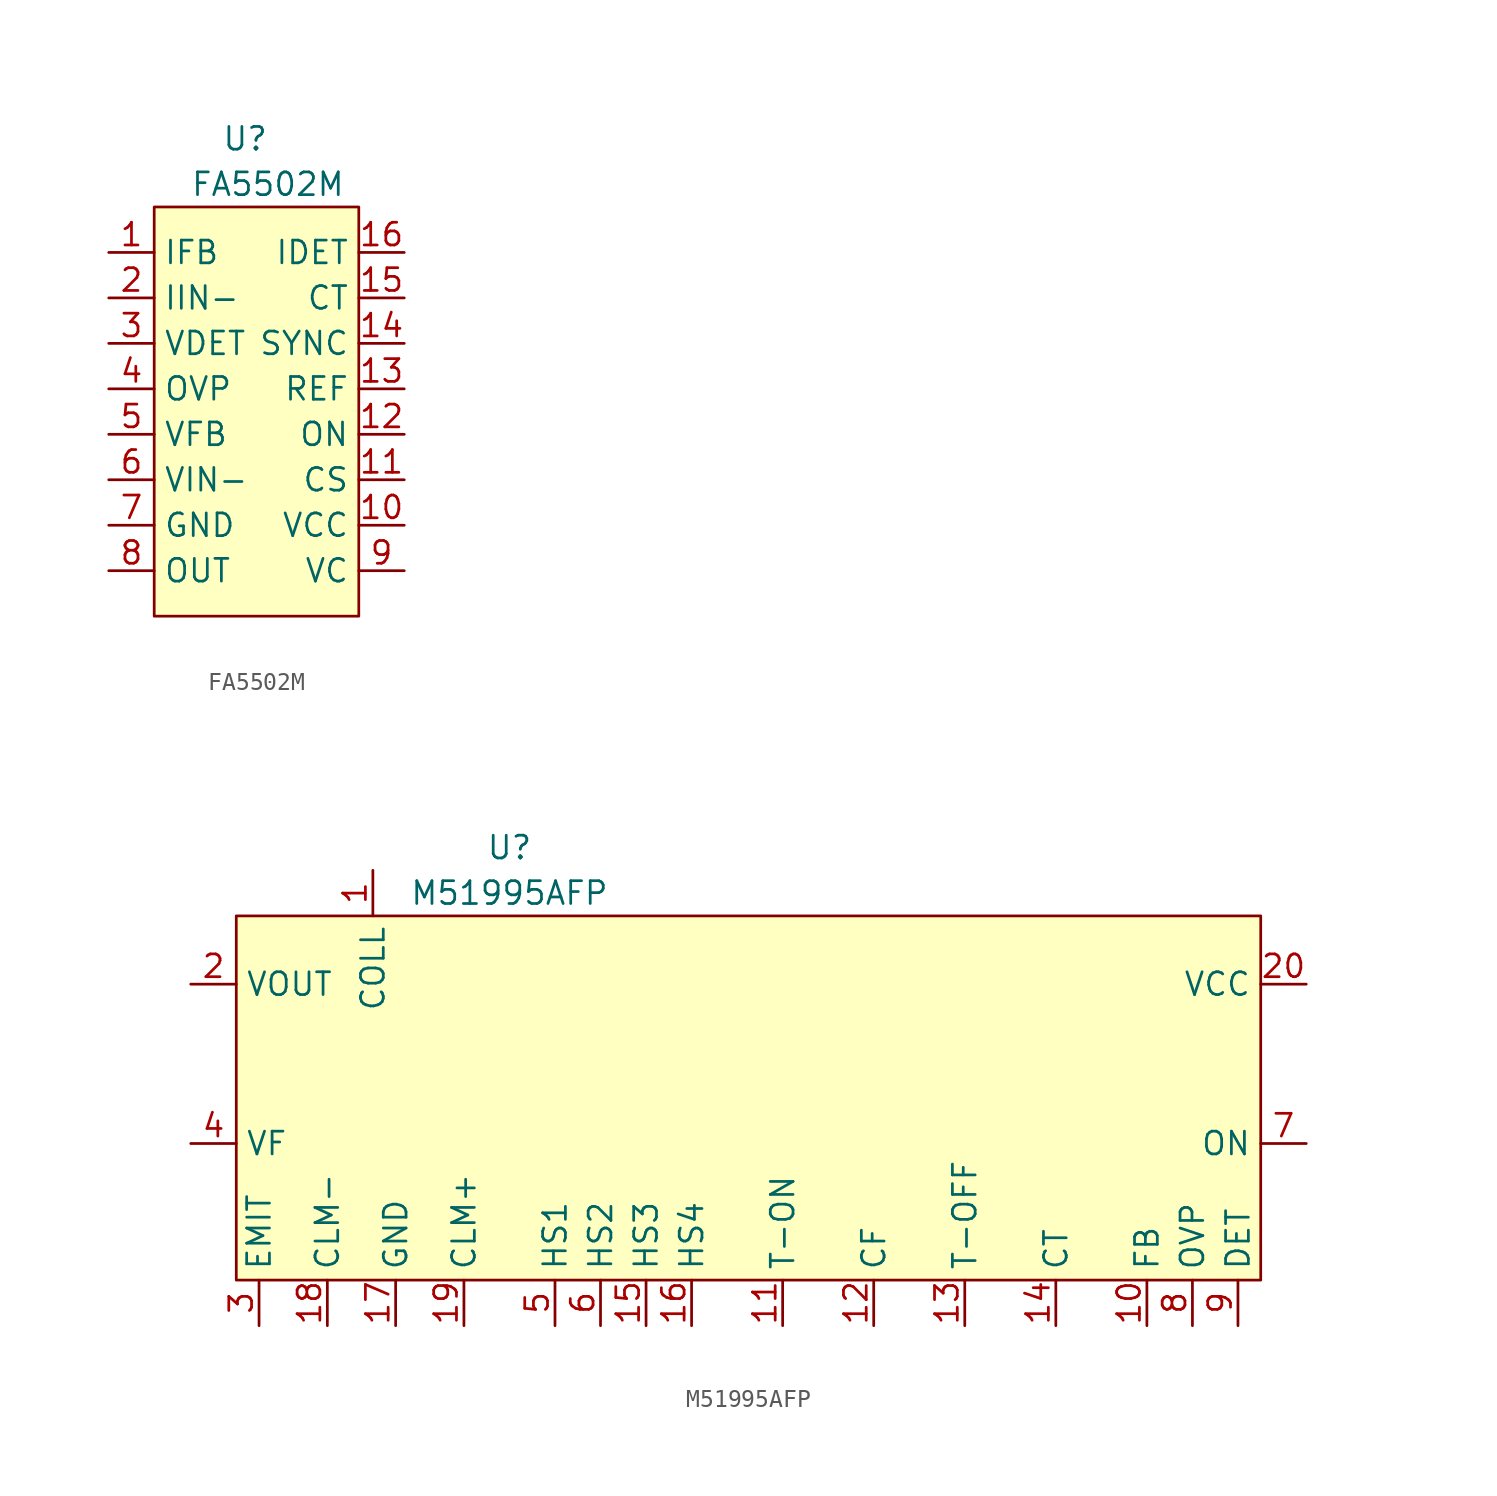
<source format=kicad_sym>
(kicad_symbol_lib
  (version 20211014)
  (generator kicad_symbol_editor)
  (symbol "FA5502M"
    (property "Reference" "U"
      (at 5.08 3.81 0)
      (effects (font (size 1.27 1.27))))
    (property "Value" "FA5502M"
      (at 6.35 1.27 0)
      (effects (font (size 1.27 1.27))))
    (symbol "FA5502M_0_1"
      (rectangle (start 0 0) (end 11.43 -22.86) (stroke (width 0) (type default) (color 0 0 0 0)) (fill (type background))))
    (symbol "FA5502M_1_1"
      (pin output line (at -2.54 -2.54 0) (length 2.54) (name "IFB" (effects (font (size 1.27 1.27)))) (number "1" (effects (font (size 1.27 1.27)))))
      (pin passive line (at 13.97 -17.78 180) (length 2.54) (name "VCC" (effects (font (size 1.27 1.27)))) (number "10" (effects (font (size 1.27 1.27)))))
      (pin passive line (at 13.97 -15.24 180) (length 2.54) (name "CS" (effects (font (size 1.27 1.27)))) (number "11" (effects (font (size 1.27 1.27)))))
      (pin input line (at 13.97 -12.7 180) (length 2.54) (name "ON" (effects (font (size 1.27 1.27)))) (number "12" (effects (font (size 1.27 1.27)))))
      (pin passive line (at 13.97 -10.16 180) (length 2.54) (name "REF" (effects (font (size 1.27 1.27)))) (number "13" (effects (font (size 1.27 1.27)))))
      (pin passive line (at 13.97 -7.62 180) (length 2.54) (name "SYNC" (effects (font (size 1.27 1.27)))) (number "14" (effects (font (size 1.27 1.27)))))
      (pin passive line (at 13.97 -5.08 180) (length 2.54) (name "CT" (effects (font (size 1.27 1.27)))) (number "15" (effects (font (size 1.27 1.27)))))
      (pin input line (at 13.97 -2.54 180) (length 2.54) (name "IDET" (effects (font (size 1.27 1.27)))) (number "16" (effects (font (size 1.27 1.27)))))
      (pin passive line (at -2.54 -5.08 0) (length 2.54) (name "IIN-" (effects (font (size 1.27 1.27)))) (number "2" (effects (font (size 1.27 1.27)))))
      (pin passive line (at -2.54 -7.62 0) (length 2.54) (name "VDET" (effects (font (size 1.27 1.27)))) (number "3" (effects (font (size 1.27 1.27)))))
      (pin passive line (at -2.54 -10.16 0) (length 2.54) (name "OVP" (effects (font (size 1.27 1.27)))) (number "4" (effects (font (size 1.27 1.27)))))
      (pin passive line (at -2.54 -12.7 0) (length 2.54) (name "VFB" (effects (font (size 1.27 1.27)))) (number "5" (effects (font (size 1.27 1.27)))))
      (pin passive line (at -2.54 -15.24 0) (length 2.54) (name "VIN-" (effects (font (size 1.27 1.27)))) (number "6" (effects (font (size 1.27 1.27)))))
      (pin power_in line (at -2.54 -17.78 0) (length 2.54) (name "GND" (effects (font (size 1.27 1.27)))) (number "7" (effects (font (size 1.27 1.27)))))
      (pin output line (at -2.54 -20.32 0) (length 2.54) (name "OUT" (effects (font (size 1.27 1.27)))) (number "8" (effects (font (size 1.27 1.27)))))
      (pin passive line (at 13.97 -20.32 180) (length 2.54) (name "VC" (effects (font (size 1.27 1.27)))) (number "9" (effects (font (size 1.27 1.27)))))))
  (symbol "M51995AFP"
    (property "Reference" "U"
      (at 15.24 3.81 0)
      (effects (font (size 1.27 1.27))))
    (property "Value" "M51995AFP"
      (at 15.24 1.27 0)
      (effects (font (size 1.27 1.27))))
    (symbol "M51995AFP_0_1"
      (rectangle (start 0 0) (end 57.15 -20.32) (stroke (width 0) (type default) (color 0 0 0 0)) (fill (type background))))
    (symbol "M51995AFP_1_1"
      (pin passive line (at 7.62 2.54 270) (length 2.54) (name "COLL" (effects (font (size 1.27 1.27)))) (number "1" (effects (font (size 1.27 1.27)))))
      (pin passive line (at 50.8 -22.86 90) (length 2.54) (name "FB" (effects (font (size 1.27 1.27)))) (number "10" (effects (font (size 1.27 1.27)))))
      (pin passive line (at 30.48 -22.86 90) (length 2.54) (name "T-ON" (effects (font (size 1.27 1.27)))) (number "11" (effects (font (size 1.27 1.27)))))
      (pin passive line (at 35.56 -22.86 90) (length 2.54) (name "CF" (effects (font (size 1.27 1.27)))) (number "12" (effects (font (size 1.27 1.27)))))
      (pin passive line (at 40.64 -22.86 90) (length 2.54) (name "T-OFF" (effects (font (size 1.27 1.27)))) (number "13" (effects (font (size 1.27 1.27)))))
      (pin passive line (at 45.72 -22.86 90) (length 2.54) (name "CT" (effects (font (size 1.27 1.27)))) (number "14" (effects (font (size 1.27 1.27)))))
      (pin passive line (at 22.86 -22.86 90) (length 2.54) (name "HS3" (effects (font (size 1.27 1.27)))) (number "15" (effects (font (size 1.27 1.27)))))
      (pin passive line (at 25.4 -22.86 90) (length 2.54) (name "HS4" (effects (font (size 1.27 1.27)))) (number "16" (effects (font (size 1.27 1.27)))))
      (pin power_in line (at 8.89 -22.86 90) (length 2.54) (name "GND" (effects (font (size 1.27 1.27)))) (number "17" (effects (font (size 1.27 1.27)))))
      (pin passive line (at 5.08 -22.86 90) (length 2.54) (name "CLM-" (effects (font (size 1.27 1.27)))) (number "18" (effects (font (size 1.27 1.27)))))
      (pin passive line (at 12.7 -22.86 90) (length 2.54) (name "CLM+" (effects (font (size 1.27 1.27)))) (number "19" (effects (font (size 1.27 1.27)))))
      (pin passive line (at -2.54 -3.81 0) (length 2.54) (name "VOUT" (effects (font (size 1.27 1.27)))) (number "2" (effects (font (size 1.27 1.27)))))
      (pin power_in line (at 59.69 -3.81 180) (length 2.54) (name "VCC" (effects (font (size 1.27 1.27)))) (number "20" (effects (font (size 1.27 1.27)))))
      (pin passive line (at 1.27 -22.86 90) (length 2.54) (name "EMIT" (effects (font (size 1.27 1.27)))) (number "3" (effects (font (size 1.27 1.27)))))
      (pin passive line (at -2.54 -12.7 0) (length 2.54) (name "VF" (effects (font (size 1.27 1.27)))) (number "4" (effects (font (size 1.27 1.27)))))
      (pin passive line (at 17.78 -22.86 90) (length 2.54) (name "HS1" (effects (font (size 1.27 1.27)))) (number "5" (effects (font (size 1.27 1.27)))))
      (pin passive line (at 20.32 -22.86 90) (length 2.54) (name "HS2" (effects (font (size 1.27 1.27)))) (number "6" (effects (font (size 1.27 1.27)))))
      (pin passive line (at 59.69 -12.7 180) (length 2.54) (name "ON" (effects (font (size 1.27 1.27)))) (number "7" (effects (font (size 1.27 1.27)))))
      (pin passive line (at 53.34 -22.86 90) (length 2.54) (name "OVP" (effects (font (size 1.27 1.27)))) (number "8" (effects (font (size 1.27 1.27)))))
      (pin passive line (at 55.88 -22.86 90) (length 2.54) (name "DET" (effects (font (size 1.27 1.27)))) (number "9" (effects (font (size 1.27 1.27))))))))
</source>
